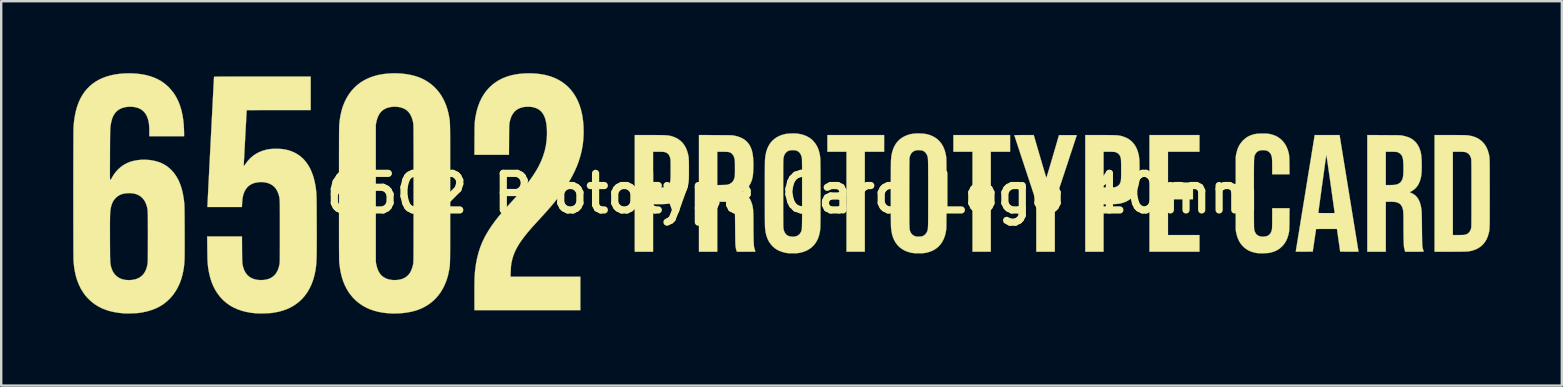
<source format=kicad_pcb>
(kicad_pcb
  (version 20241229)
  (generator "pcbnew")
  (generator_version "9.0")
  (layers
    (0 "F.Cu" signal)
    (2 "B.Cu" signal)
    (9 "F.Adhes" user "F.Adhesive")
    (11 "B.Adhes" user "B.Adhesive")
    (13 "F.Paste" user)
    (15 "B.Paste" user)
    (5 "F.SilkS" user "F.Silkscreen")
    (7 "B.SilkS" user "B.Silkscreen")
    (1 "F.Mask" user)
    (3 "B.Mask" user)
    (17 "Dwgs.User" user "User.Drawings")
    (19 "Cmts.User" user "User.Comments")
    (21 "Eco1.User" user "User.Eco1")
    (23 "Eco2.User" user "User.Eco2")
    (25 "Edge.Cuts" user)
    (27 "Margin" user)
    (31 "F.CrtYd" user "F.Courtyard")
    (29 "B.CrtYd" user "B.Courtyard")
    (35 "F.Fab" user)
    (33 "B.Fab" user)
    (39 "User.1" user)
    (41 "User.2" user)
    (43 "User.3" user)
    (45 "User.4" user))
  (footprint "6502 Prototype Card Logo 10mm"
    (layer "F.Cu")
    (at 30.003 5.008)
    (property "Reference" "6502 Prototype Card Logo 10mm" (at 0 0 0) (layer "F.SilkS") (effects (font (size 1.524 1.524) (thickness 0.3))))
    (attr through_hole)
    (fp_poly (pts (xy 3.785 -1.736) (xy 2.98 -1.736) (xy 2.98 2.43) (xy 2.218 2.43) (xy 2.218 -1.736) (xy 1.422 -1.736) (xy 1.422 -2.43) (xy 3.785 -2.43) (xy 3.785 -1.736)) (stroke (width 0.01) (type solid)) (fill yes) (layer "F.SilkS"))
    (fp_poly (pts (xy 9.034 -1.736) (xy 8.23 -1.736) (xy 8.23 2.43) (xy 7.468 2.43) (xy 7.468 -1.736) (xy 6.672 -1.736) (xy 6.672 -2.43) (xy 9.034 -2.43) (xy 9.034 -1.736)) (stroke (width 0.01) (type solid)) (fill yes) (layer "F.SilkS"))
    (fp_poly (pts (xy 16.925 -1.736) (xy 15.613 -1.736) (xy 15.613 -0.449) (xy 16.654 -0.449) (xy 16.654 0.246) (xy 15.613 0.246) (xy 15.613 1.736) (xy 16.925 1.736) (xy 16.925 2.43) (xy 14.842 2.43) (xy 14.842 -2.43) (xy 16.925 -2.43) (xy 16.925 -1.736)) (stroke (width 0.01) (type solid)) (fill yes) (layer "F.SilkS"))
    (fp_poly (pts (xy 10.02 -2.43) (xy 10.279 -1.54) (xy 10.314 -1.421) (xy 10.347 -1.307) (xy 10.379 -1.199) (xy 10.409 -1.097) (xy 10.437 -1.003) (xy 10.462 -0.918) (xy 10.485 -0.842) (xy 10.504 -0.778) (xy 10.521 -0.725) (xy 10.533 -0.686) (xy 10.541 -0.66) (xy 10.545 -0.65) (xy 10.546 -0.65) (xy 10.549 -0.657) (xy 10.557 -0.68) (xy 10.569 -0.718) (xy 10.584 -0.768) (xy 10.603 -0.83) (xy 10.626 -0.904) (xy 10.651 -0.987) (xy 10.678 -1.08) (xy 10.708 -1.18) (xy 10.74 -1.288) (xy 10.773 -1.401) (xy 10.808 -1.519) (xy 10.813 -1.537) (xy 11.072 -2.426) (xy 11.442 -2.428) (xy 11.534 -2.428) (xy 11.614 -2.428) (xy 11.682 -2.428) (xy 11.737 -2.427) (xy 11.777 -2.426) (xy 11.802 -2.424) (xy 11.811 -2.422) (xy 11.811 -2.422) (xy 11.808 -2.413) (xy 11.801 -2.389) (xy 11.788 -2.351) (xy 11.771 -2.299) (xy 11.75 -2.234) (xy 11.725 -2.157) (xy 11.696 -2.069) (xy 11.664 -1.971) (xy 11.629 -1.864) (xy 11.59 -1.747) (xy 11.549 -1.623) (xy 11.506 -1.492) (xy 11.461 -1.355) (xy 11.414 -1.213) (xy 11.365 -1.066) (xy 11.354 -1.031) (xy 10.897 0.352) (xy 10.897 2.43) (xy 10.126 2.43) (xy 10.126 1.391) (xy 10.126 0.351) (xy 9.669 -1.032) (xy 9.62 -1.18) (xy 9.573 -1.323) (xy 9.527 -1.462) (xy 9.483 -1.594) (xy 9.442 -1.72) (xy 9.403 -1.838) (xy 9.367 -1.948) (xy 9.334 -2.048) (xy 9.304 -2.138) (xy 9.278 -2.218) (xy 9.256 -2.285) (xy 9.238 -2.34) (xy 9.224 -2.382) (xy 9.216 -2.409) (xy 9.212 -2.422) (xy 9.212 -2.422) (xy 9.22 -2.424) (xy 9.244 -2.425) (xy 9.281 -2.427) (xy 9.331 -2.428) (xy 9.393 -2.429) (xy 9.463 -2.429) (xy 9.542 -2.43) (xy 9.616 -2.43) (xy 10.02 -2.43)) (stroke (width 0.01) (type solid)) (fill yes) (layer "F.SilkS"))
    (fp_poly (pts (xy 12.795 -2.43) (xy 12.927 -2.43) (xy 13.043 -2.429) (xy 13.145 -2.429) (xy 13.233 -2.428) (xy 13.311 -2.427) (xy 13.378 -2.425) (xy 13.436 -2.423) (xy 13.486 -2.42) (xy 13.53 -2.416) (xy 13.569 -2.411) (xy 13.605 -2.405) (xy 13.638 -2.398) (xy 13.67 -2.391) (xy 13.702 -2.381) (xy 13.737 -2.371) (xy 13.754 -2.365) (xy 13.872 -2.32) (xy 13.979 -2.261) (xy 14.075 -2.189) (xy 14.159 -2.105) (xy 14.233 -2.009) (xy 14.295 -1.9) (xy 14.345 -1.779) (xy 14.381 -1.656) (xy 14.392 -1.608) (xy 14.401 -1.562) (xy 14.408 -1.514) (xy 14.414 -1.463) (xy 14.419 -1.406) (xy 14.422 -1.342) (xy 14.425 -1.269) (xy 14.426 -1.184) (xy 14.427 -1.087) (xy 14.427 -0.991) (xy 14.427 -0.88) (xy 14.426 -0.784) (xy 14.424 -0.701) (xy 14.422 -0.63) (xy 14.418 -0.567) (xy 14.413 -0.511) (xy 14.407 -0.46) (xy 14.4 -0.413) (xy 14.39 -0.366) (xy 14.381 -0.326) (xy 14.342 -0.193) (xy 14.291 -0.073) (xy 14.228 0.035) (xy 14.154 0.13) (xy 14.069 0.214) (xy 13.972 0.284) (xy 13.864 0.343) (xy 13.745 0.388) (xy 13.681 0.406) (xy 13.628 0.418) (xy 13.575 0.428) (xy 13.519 0.435) (xy 13.459 0.441) (xy 13.391 0.445) (xy 13.312 0.447) (xy 13.22 0.448) (xy 13.176 0.449) (xy 12.929 0.449) (xy 12.929 2.43) (xy 12.167 2.43) (xy 12.167 -1.736) (xy 12.929 -1.736) (xy 12.929 -0.246) (xy 13.147 -0.246) (xy 13.226 -0.246) (xy 13.289 -0.247) (xy 13.339 -0.249) (xy 13.376 -0.252) (xy 13.401 -0.256) (xy 13.407 -0.257) (xy 13.476 -0.283) (xy 13.535 -0.319) (xy 13.582 -0.364) (xy 13.615 -0.418) (xy 13.615 -0.419) (xy 13.625 -0.442) (xy 13.633 -0.464) (xy 13.64 -0.486) (xy 13.646 -0.509) (xy 13.651 -0.537) (xy 13.654 -0.569) (xy 13.657 -0.608) (xy 13.659 -0.656) (xy 13.66 -0.714) (xy 13.661 -0.783) (xy 13.661 -0.865) (xy 13.661 -0.963) (xy 13.661 -0.991) (xy 13.661 -1.092) (xy 13.661 -1.178) (xy 13.66 -1.251) (xy 13.659 -1.311) (xy 13.657 -1.361) (xy 13.655 -1.403) (xy 13.652 -1.437) (xy 13.647 -1.465) (xy 13.642 -1.49) (xy 13.635 -1.512) (xy 13.627 -1.534) (xy 13.618 -1.556) (xy 13.615 -1.562) (xy 13.583 -1.615) (xy 13.538 -1.66) (xy 13.482 -1.696) (xy 13.417 -1.721) (xy 13.396 -1.726) (xy 13.373 -1.729) (xy 13.335 -1.732) (xy 13.286 -1.734) (xy 13.227 -1.735) (xy 13.16 -1.736) (xy 13.14 -1.736) (xy 12.929 -1.736) (xy 12.167 -1.736) (xy 12.167 -2.43) (xy 12.795 -2.43)) (stroke (width 0.01) (type solid)) (fill yes) (layer "F.SilkS"))
    (fp_poly (pts (xy -5.975 -2.43) (xy -5.844 -2.43) (xy -5.728 -2.429) (xy -5.626 -2.429) (xy -5.537 -2.428) (xy -5.46 -2.427) (xy -5.393 -2.425) (xy -5.335 -2.423) (xy -5.285 -2.42) (xy -5.241 -2.416) (xy -5.202 -2.411) (xy -5.166 -2.405) (xy -5.133 -2.399) (xy -5.101 -2.391) (xy -5.068 -2.382) (xy -5.034 -2.371) (xy -5.016 -2.366) (xy -4.899 -2.32) (xy -4.793 -2.261) (xy -4.697 -2.19) (xy -4.612 -2.106) (xy -4.539 -2.009) (xy -4.477 -1.9) (xy -4.427 -1.779) (xy -4.399 -1.689) (xy -4.388 -1.648) (xy -4.379 -1.609) (xy -4.371 -1.571) (xy -4.365 -1.533) (xy -4.359 -1.492) (xy -4.356 -1.446) (xy -4.353 -1.394) (xy -4.35 -1.334) (xy -4.349 -1.264) (xy -4.348 -1.182) (xy -4.348 -1.087) (xy -4.348 -0.995) (xy -4.348 -0.892) (xy -4.348 -0.803) (xy -4.349 -0.728) (xy -4.35 -0.665) (xy -4.351 -0.61) (xy -4.354 -0.564) (xy -4.357 -0.523) (xy -4.361 -0.485) (xy -4.365 -0.45) (xy -4.371 -0.415) (xy -4.378 -0.378) (xy -4.383 -0.356) (xy -4.416 -0.228) (xy -4.463 -0.109) (xy -4.521 0.000074) (xy -4.591 0.099) (xy -4.672 0.185) (xy -4.762 0.26) (xy -4.862 0.32) (xy -4.878 0.328) (xy -4.943 0.358) (xy -5.007 0.382) (xy -5.073 0.403) (xy -5.143 0.419) (xy -5.218 0.431) (xy -5.302 0.439) (xy -5.397 0.445) (xy -5.504 0.448) (xy -5.594 0.449) (xy -5.842 0.449) (xy -5.842 2.43) (xy -6.604 2.43) (xy -6.604 -1.736) (xy -5.842 -1.736) (xy -5.842 -0.246) (xy -5.624 -0.246) (xy -5.545 -0.246) (xy -5.481 -0.247) (xy -5.432 -0.249) (xy -5.395 -0.252) (xy -5.37 -0.256) (xy -5.364 -0.257) (xy -5.293 -0.283) (xy -5.234 -0.32) (xy -5.187 -0.367) (xy -5.155 -0.422) (xy -5.145 -0.445) (xy -5.137 -0.468) (xy -5.13 -0.491) (xy -5.124 -0.516) (xy -5.12 -0.545) (xy -5.116 -0.579) (xy -5.114 -0.621) (xy -5.112 -0.672) (xy -5.111 -0.733) (xy -5.11 -0.806) (xy -5.11 -0.893) (xy -5.11 -0.986) (xy -5.11 -1.082) (xy -5.11 -1.163) (xy -5.11 -1.23) (xy -5.111 -1.285) (xy -5.112 -1.329) (xy -5.113 -1.365) (xy -5.115 -1.394) (xy -5.117 -1.418) (xy -5.12 -1.437) (xy -5.123 -1.455) (xy -5.124 -1.459) (xy -5.147 -1.535) (xy -5.177 -1.597) (xy -5.216 -1.646) (xy -5.266 -1.684) (xy -5.329 -1.712) (xy -5.365 -1.723) (xy -5.386 -1.727) (xy -5.414 -1.731) (xy -5.451 -1.733) (xy -5.498 -1.735) (xy -5.558 -1.735) (xy -5.628 -1.736) (xy -5.842 -1.736) (xy -6.604 -1.736) (xy -6.604 -2.43) (xy -5.975 -2.43)) (stroke (width 0.01) (type solid)) (fill yes) (layer "F.SilkS"))
    (fp_poly (pts (xy 27.371 -2.43) (xy 27.498 -2.43) (xy 27.611 -2.429) (xy 27.708 -2.429) (xy 27.792 -2.429) (xy 27.864 -2.428) (xy 27.925 -2.427) (xy 27.976 -2.426) (xy 28.018 -2.424) (xy 28.053 -2.423) (xy 28.081 -2.421) (xy 28.104 -2.418) (xy 28.113 -2.417) (xy 28.246 -2.394) (xy 28.366 -2.361) (xy 28.475 -2.317) (xy 28.573 -2.263) (xy 28.663 -2.197) (xy 28.742 -2.121) (xy 28.818 -2.028) (xy 28.881 -1.923) (xy 28.933 -1.806) (xy 28.973 -1.677) (xy 28.976 -1.667) (xy 28.982 -1.645) (xy 28.987 -1.624) (xy 28.991 -1.605) (xy 28.995 -1.586) (xy 28.999 -1.566) (xy 29.002 -1.544) (xy 29.005 -1.52) (xy 29.007 -1.493) (xy 29.01 -1.461) (xy 29.012 -1.425) (xy 29.013 -1.383) (xy 29.015 -1.335) (xy 29.016 -1.279) (xy 29.017 -1.215) (xy 29.018 -1.142) (xy 29.018 -1.06) (xy 29.019 -0.967) (xy 29.019 -0.862) (xy 29.019 -0.745) (xy 29.019 -0.615) (xy 29.019 -0.472) (xy 29.02 -0.313) (xy 29.02 -0.139) (xy 29.02 0) (xy 29.02 0.186) (xy 29.02 0.356) (xy 29.019 0.51) (xy 29.019 0.65) (xy 29.019 0.777) (xy 29.019 0.89) (xy 29.019 0.992) (xy 29.018 1.082) (xy 29.018 1.162) (xy 29.017 1.233) (xy 29.016 1.294) (xy 29.014 1.348) (xy 29.013 1.395) (xy 29.011 1.435) (xy 29.009 1.47) (xy 29.007 1.5) (xy 29.004 1.526) (xy 29.001 1.55) (xy 28.998 1.571) (xy 28.994 1.591) (xy 28.99 1.61) (xy 28.985 1.63) (xy 28.98 1.65) (xy 28.976 1.667) (xy 28.937 1.797) (xy 28.885 1.916) (xy 28.822 2.023) (xy 28.746 2.117) (xy 28.66 2.2) (xy 28.561 2.27) (xy 28.452 2.327) (xy 28.332 2.372) (xy 28.278 2.387) (xy 28.247 2.394) (xy 28.217 2.401) (xy 28.188 2.407) (xy 28.158 2.412) (xy 28.125 2.416) (xy 28.089 2.419) (xy 28.047 2.422) (xy 27.999 2.424) (xy 27.944 2.426) (xy 27.879 2.427) (xy 27.804 2.428) (xy 27.717 2.429) (xy 27.618 2.429) (xy 27.504 2.43) (xy 27.375 2.43) (xy 27.371 2.43) (xy 26.721 2.43) (xy 26.721 -1.736) (xy 27.483 -1.736) (xy 27.483 1.736) (xy 27.708 1.736) (xy 27.783 1.735) (xy 27.844 1.735) (xy 27.893 1.733) (xy 27.931 1.731) (xy 27.961 1.728) (xy 27.986 1.723) (xy 27.991 1.722) (xy 28.062 1.699) (xy 28.122 1.662) (xy 28.171 1.612) (xy 28.21 1.549) (xy 28.239 1.472) (xy 28.243 1.459) (xy 28.245 1.45) (xy 28.246 1.441) (xy 28.248 1.429) (xy 28.249 1.414) (xy 28.251 1.395) (xy 28.252 1.372) (xy 28.253 1.343) (xy 28.254 1.308) (xy 28.254 1.266) (xy 28.255 1.216) (xy 28.256 1.158) (xy 28.256 1.09) (xy 28.256 1.012) (xy 28.257 0.924) (xy 28.257 0.823) (xy 28.257 0.711) (xy 28.257 0.584) (xy 28.257 0.444) (xy 28.257 0.289) (xy 28.257 0.119) (xy 28.258 0) (xy 28.257 -0.181) (xy 28.257 -0.346) (xy 28.257 -0.496) (xy 28.257 -0.631) (xy 28.257 -0.752) (xy 28.257 -0.861) (xy 28.257 -0.957) (xy 28.256 -1.041) (xy 28.256 -1.115) (xy 28.255 -1.18) (xy 28.255 -1.235) (xy 28.254 -1.282) (xy 28.253 -1.321) (xy 28.252 -1.354) (xy 28.251 -1.38) (xy 28.25 -1.402) (xy 28.249 -1.419) (xy 28.247 -1.433) (xy 28.246 -1.444) (xy 28.244 -1.453) (xy 28.243 -1.459) (xy 28.219 -1.531) (xy 28.188 -1.59) (xy 28.148 -1.638) (xy 28.098 -1.677) (xy 28.072 -1.693) (xy 28.045 -1.706) (xy 28.017 -1.716) (xy 27.983 -1.724) (xy 27.944 -1.729) (xy 27.895 -1.733) (xy 27.835 -1.735) (xy 27.762 -1.736) (xy 27.708 -1.736) (xy 27.483 -1.736) (xy 26.721 -1.736) (xy 26.721 -2.43) (xy 27.371 -2.43)) (stroke (width 0.01) (type solid)) (fill yes) (layer "F.SilkS"))
    (fp_poly (pts (xy 22.245 -2.43) (xy 22.763 -2.43) (xy 23.155 -0.015) (xy 23.187 0.185) (xy 23.219 0.381) (xy 23.25 0.572) (xy 23.28 0.757) (xy 23.31 0.936) (xy 23.338 1.108) (xy 23.364 1.272) (xy 23.39 1.428) (xy 23.414 1.575) (xy 23.436 1.713) (xy 23.457 1.84) (xy 23.476 1.956) (xy 23.493 2.061) (xy 23.508 2.154) (xy 23.521 2.233) (xy 23.532 2.3) (xy 23.541 2.351) (xy 23.547 2.388) (xy 23.55 2.41) (xy 23.551 2.415) (xy 23.552 2.419) (xy 23.549 2.422) (xy 23.543 2.424) (xy 23.531 2.426) (xy 23.512 2.427) (xy 23.484 2.428) (xy 23.447 2.429) (xy 23.399 2.429) (xy 23.338 2.429) (xy 23.263 2.428) (xy 23.173 2.428) (xy 23.172 2.428) (xy 22.789 2.426) (xy 22.721 1.954) (xy 22.654 1.482) (xy 22.219 1.482) (xy 22.135 1.482) (xy 22.057 1.482) (xy 21.985 1.482) (xy 21.922 1.482) (xy 21.868 1.483) (xy 21.827 1.483) (xy 21.798 1.483) (xy 21.785 1.484) (xy 21.784 1.484) (xy 21.783 1.492) (xy 21.779 1.516) (xy 21.774 1.554) (xy 21.766 1.603) (xy 21.757 1.664) (xy 21.747 1.734) (xy 21.736 1.811) (xy 21.723 1.895) (xy 21.714 1.956) (xy 21.645 2.426) (xy 21.292 2.428) (xy 21.216 2.428) (xy 21.146 2.428) (xy 21.083 2.428) (xy 21.03 2.427) (xy 20.987 2.427) (xy 20.956 2.426) (xy 20.94 2.424) (xy 20.938 2.424) (xy 20.939 2.415) (xy 20.943 2.39) (xy 20.95 2.351) (xy 20.958 2.297) (xy 20.969 2.229) (xy 20.982 2.149) (xy 20.997 2.057) (xy 21.014 1.954) (xy 21.032 1.841) (xy 21.052 1.718) (xy 21.074 1.586) (xy 21.096 1.447) (xy 21.12 1.3) (xy 21.145 1.148) (xy 21.17 0.989) (xy 21.197 0.827) (xy 21.201 0.804) (xy 21.878 0.804) (xy 21.878 0.808) (xy 21.88 0.812) (xy 21.885 0.814) (xy 21.895 0.817) (xy 21.91 0.818) (xy 21.934 0.82) (xy 21.967 0.82) (xy 22.01 0.821) (xy 22.066 0.821) (xy 22.136 0.821) (xy 22.219 0.821) (xy 22.56 0.821) (xy 22.517 0.51) (xy 22.482 0.267) (xy 22.45 0.04) (xy 22.421 -0.17) (xy 22.393 -0.365) (xy 22.368 -0.544) (xy 22.345 -0.707) (xy 22.323 -0.856) (xy 22.304 -0.99) (xy 22.287 -1.109) (xy 22.272 -1.215) (xy 22.258 -1.306) (xy 22.247 -1.384) (xy 22.237 -1.449) (xy 22.229 -1.5) (xy 22.223 -1.539) (xy 22.219 -1.566) (xy 22.216 -1.58) (xy 22.215 -1.583) (xy 22.208 -1.576) (xy 22.204 -1.564) (xy 22.202 -1.553) (xy 22.198 -1.526) (xy 22.192 -1.484) (xy 22.185 -1.43) (xy 22.175 -1.363) (xy 22.165 -1.286) (xy 22.152 -1.199) (xy 22.139 -1.103) (xy 22.125 -1.001) (xy 22.11 -0.892) (xy 22.094 -0.777) (xy 22.078 -0.659) (xy 22.061 -0.539) (xy 22.044 -0.417) (xy 22.027 -0.294) (xy 22.01 -0.173) (xy 21.994 -0.053) (xy 21.978 0.064) (xy 21.963 0.176) (xy 21.948 0.282) (xy 21.934 0.382) (xy 21.922 0.475) (xy 21.91 0.558) (xy 21.901 0.631) (xy 21.892 0.693) (xy 21.886 0.742) (xy 21.881 0.778) (xy 21.878 0.798) (xy 21.878 0.804) (xy 21.201 0.804) (xy 21.224 0.66) (xy 21.252 0.49) (xy 21.28 0.318) (xy 21.308 0.145) (xy 21.336 -0.029) (xy 21.364 -0.203) (xy 21.392 -0.376) (xy 21.42 -0.547) (xy 21.447 -0.715) (xy 21.474 -0.88) (xy 21.5 -1.041) (xy 21.526 -1.197) (xy 21.55 -1.347) (xy 21.574 -1.49) (xy 21.596 -1.626) (xy 21.616 -1.754) (xy 21.636 -1.872) (xy 21.654 -1.981) (xy 21.67 -2.079) (xy 21.684 -2.166) (xy 21.696 -2.241) (xy 21.706 -2.302) (xy 21.714 -2.35) (xy 21.719 -2.383) (xy 21.722 -2.4) (xy 21.722 -2.402) (xy 21.727 -2.43) (xy 22.245 -2.43)) (stroke (width 0.01) (type solid)) (fill yes) (layer "F.SilkS"))
    (fp_poly (pts (xy 19.638 -2.493) (xy 19.704 -2.491) (xy 19.76 -2.487) (xy 19.811 -2.482) (xy 19.858 -2.473) (xy 19.907 -2.462) (xy 19.961 -2.447) (xy 19.98 -2.441) (xy 20.096 -2.398) (xy 20.204 -2.34) (xy 20.302 -2.268) (xy 20.39 -2.184) (xy 20.468 -2.088) (xy 20.533 -1.981) (xy 20.587 -1.864) (xy 20.62 -1.764) (xy 20.631 -1.722) (xy 20.641 -1.685) (xy 20.649 -1.65) (xy 20.655 -1.615) (xy 20.66 -1.578) (xy 20.664 -1.537) (xy 20.667 -1.49) (xy 20.669 -1.435) (xy 20.671 -1.37) (xy 20.672 -1.293) (xy 20.673 -1.202) (xy 20.673 -1.166) (xy 20.677 -0.796) (xy 19.956 -0.796) (xy 19.956 -1.111) (xy 19.955 -1.205) (xy 19.955 -1.284) (xy 19.953 -1.35) (xy 19.951 -1.404) (xy 19.948 -1.45) (xy 19.944 -1.488) (xy 19.938 -1.521) (xy 19.931 -1.55) (xy 19.922 -1.578) (xy 19.914 -1.602) (xy 19.892 -1.645) (xy 19.86 -1.69) (xy 19.822 -1.729) (xy 19.79 -1.753) (xy 19.732 -1.78) (xy 19.663 -1.797) (xy 19.583 -1.803) (xy 19.574 -1.803) (xy 19.489 -1.797) (xy 19.415 -1.78) (xy 19.353 -1.749) (xy 19.301 -1.706) (xy 19.26 -1.651) (xy 19.243 -1.618) (xy 19.237 -1.605) (xy 19.231 -1.593) (xy 19.226 -1.581) (xy 19.222 -1.569) (xy 19.217 -1.555) (xy 19.214 -1.54) (xy 19.211 -1.521) (xy 19.208 -1.499) (xy 19.205 -1.472) (xy 19.203 -1.44) (xy 19.201 -1.403) (xy 19.199 -1.358) (xy 19.198 -1.306) (xy 19.197 -1.246) (xy 19.196 -1.176) (xy 19.195 -1.097) (xy 19.195 -1.007) (xy 19.194 -0.906) (xy 19.194 -0.792) (xy 19.194 -0.666) (xy 19.194 -0.526) (xy 19.194 -0.371) (xy 19.194 -0.201) (xy 19.194 -0.015) (xy 19.194 0.004) (xy 19.194 0.19) (xy 19.194 0.36) (xy 19.194 0.514) (xy 19.194 0.653) (xy 19.194 0.779) (xy 19.195 0.891) (xy 19.195 0.991) (xy 19.195 1.079) (xy 19.196 1.157) (xy 19.196 1.224) (xy 19.197 1.283) (xy 19.198 1.332) (xy 19.198 1.374) (xy 19.199 1.409) (xy 19.2 1.437) (xy 19.202 1.46) (xy 19.203 1.478) (xy 19.204 1.493) (xy 19.206 1.504) (xy 19.207 1.509) (xy 19.23 1.59) (xy 19.263 1.658) (xy 19.306 1.713) (xy 19.36 1.754) (xy 19.425 1.783) (xy 19.501 1.799) (xy 19.575 1.803) (xy 19.661 1.797) (xy 19.736 1.779) (xy 19.799 1.748) (xy 19.851 1.704) (xy 19.893 1.648) (xy 19.924 1.578) (xy 19.944 1.499) (xy 19.947 1.478) (xy 19.949 1.449) (xy 19.951 1.411) (xy 19.953 1.362) (xy 19.954 1.302) (xy 19.955 1.229) (xy 19.955 1.142) (xy 19.956 1.039) (xy 19.956 1.027) (xy 19.956 0.618) (xy 20.677 0.618) (xy 20.673 1.077) (xy 20.673 1.181) (xy 20.672 1.269) (xy 20.671 1.343) (xy 20.67 1.404) (xy 20.668 1.455) (xy 20.667 1.497) (xy 20.665 1.531) (xy 20.663 1.559) (xy 20.66 1.582) (xy 20.657 1.603) (xy 20.655 1.613) (xy 20.625 1.744) (xy 20.587 1.862) (xy 20.541 1.968) (xy 20.485 2.064) (xy 20.419 2.151) (xy 20.389 2.186) (xy 20.306 2.265) (xy 20.217 2.332) (xy 20.119 2.387) (xy 20.011 2.431) (xy 19.89 2.466) (xy 19.854 2.474) (xy 19.809 2.481) (xy 19.75 2.487) (xy 19.682 2.491) (xy 19.61 2.494) (xy 19.535 2.495) (xy 19.463 2.495) (xy 19.398 2.492) (xy 19.343 2.488) (xy 19.317 2.485) (xy 19.19 2.459) (xy 19.077 2.425) (xy 18.974 2.38) (xy 18.88 2.325) (xy 18.794 2.259) (xy 18.722 2.189) (xy 18.647 2.1) (xy 18.583 2) (xy 18.531 1.889) (xy 18.488 1.766) (xy 18.456 1.63) (xy 18.455 1.628) (xy 18.436 1.528) (xy 18.436 -1.528) (xy 18.455 -1.628) (xy 18.486 -1.758) (xy 18.524 -1.875) (xy 18.572 -1.98) (xy 18.631 -2.076) (xy 18.7 -2.164) (xy 18.744 -2.21) (xy 18.823 -2.282) (xy 18.902 -2.34) (xy 18.986 -2.387) (xy 19.081 -2.426) (xy 19.115 -2.437) (xy 19.172 -2.455) (xy 19.226 -2.469) (xy 19.28 -2.479) (xy 19.337 -2.486) (xy 19.4 -2.49) (xy 19.474 -2.493) (xy 19.558 -2.493) (xy 19.638 -2.493)) (stroke (width 0.01) (type solid)) (fill yes) (layer "F.SilkS"))
    (fp_poly (pts (xy -3.241 -2.428) (xy -3.116 -2.427) (xy -3.007 -2.426) (xy -2.913 -2.426) (xy -2.832 -2.425) (xy -2.763 -2.424) (xy -2.704 -2.424) (xy -2.655 -2.423) (xy -2.615 -2.422) (xy -2.581 -2.42) (xy -2.553 -2.419) (xy -2.53 -2.417) (xy -2.51 -2.415) (xy -2.491 -2.412) (xy -2.474 -2.409) (xy -2.459 -2.406) (xy -2.325 -2.375) (xy -2.206 -2.333) (xy -2.099 -2.281) (xy -2.005 -2.218) (xy -1.923 -2.143) (xy -1.853 -2.058) (xy -1.794 -1.961) (xy -1.747 -1.852) (xy -1.74 -1.833) (xy -1.712 -1.738) (xy -1.691 -1.627) (xy -1.675 -1.503) (xy -1.665 -1.365) (xy -1.66 -1.216) (xy -1.662 -1.057) (xy -1.666 -0.964) (xy -1.671 -0.87) (xy -1.678 -0.79) (xy -1.687 -0.72) (xy -1.698 -0.657) (xy -1.712 -0.598) (xy -1.73 -0.54) (xy -1.74 -0.511) (xy -1.786 -0.405) (xy -1.844 -0.309) (xy -1.913 -0.225) (xy -1.992 -0.153) (xy -2.081 -0.095) (xy -2.11 -0.079) (xy -2.135 -0.066) (xy -2.152 -0.055) (xy -2.157 -0.049) (xy -2.149 -0.042) (xy -2.128 -0.032) (xy -2.1 -0.018) (xy -2.091 -0.014) (xy -2.004 0.031) (xy -1.928 0.086) (xy -1.864 0.152) (xy -1.809 0.23) (xy -1.763 0.322) (xy -1.736 0.394) (xy -1.721 0.438) (xy -1.709 0.481) (xy -1.698 0.524) (xy -1.689 0.569) (xy -1.682 0.618) (xy -1.675 0.671) (xy -1.67 0.731) (xy -1.667 0.799) (xy -1.664 0.876) (xy -1.662 0.965) (xy -1.66 1.065) (xy -1.66 1.18) (xy -1.659 1.308) (xy -1.659 1.473) (xy -1.658 1.622) (xy -1.656 1.754) (xy -1.654 1.871) (xy -1.651 1.972) (xy -1.648 2.058) (xy -1.643 2.13) (xy -1.639 2.187) (xy -1.633 2.231) (xy -1.631 2.244) (xy -1.608 2.334) (xy -1.579 2.415) (xy -1.578 2.419) (xy -1.58 2.421) (xy -1.587 2.424) (xy -1.599 2.426) (xy -1.617 2.427) (xy -1.645 2.428) (xy -1.681 2.429) (xy -1.73 2.429) (xy -1.79 2.43) (xy -1.865 2.43) (xy -1.955 2.43) (xy -2.351 2.43) (xy -2.371 2.365) (xy -2.378 2.34) (xy -2.384 2.316) (xy -2.39 2.292) (xy -2.395 2.268) (xy -2.399 2.241) (xy -2.403 2.211) (xy -2.406 2.176) (xy -2.409 2.135) (xy -2.411 2.088) (xy -2.413 2.031) (xy -2.415 1.966) (xy -2.416 1.889) (xy -2.417 1.801) (xy -2.419 1.699) (xy -2.42 1.583) (xy -2.421 1.451) (xy -2.421 1.448) (xy -2.422 1.318) (xy -2.424 1.203) (xy -2.425 1.103) (xy -2.426 1.017) (xy -2.427 0.942) (xy -2.429 0.879) (xy -2.43 0.825) (xy -2.433 0.78) (xy -2.435 0.742) (xy -2.438 0.711) (xy -2.442 0.684) (xy -2.446 0.662) (xy -2.451 0.642) (xy -2.457 0.623) (xy -2.464 0.605) (xy -2.471 0.586) (xy -2.476 0.575) (xy -2.51 0.508) (xy -2.556 0.454) (xy -2.613 0.411) (xy -2.682 0.38) (xy -2.763 0.359) (xy -2.783 0.356) (xy -2.81 0.353) (xy -2.85 0.351) (xy -2.9 0.349) (xy -2.954 0.348) (xy -3.004 0.347) (xy -3.167 0.347) (xy -3.167 2.43) (xy -3.929 2.43) (xy -3.929 -0.345) (xy -3.167 -0.345) (xy -2.965 -0.35) (xy -2.889 -0.352) (xy -2.828 -0.354) (xy -2.781 -0.358) (xy -2.746 -0.362) (xy -2.721 -0.366) (xy -2.719 -0.367) (xy -2.642 -0.396) (xy -2.578 -0.436) (xy -2.526 -0.488) (xy -2.486 -0.551) (xy -2.456 -0.628) (xy -2.443 -0.679) (xy -2.439 -0.701) (xy -2.436 -0.726) (xy -2.434 -0.758) (xy -2.432 -0.798) (xy -2.431 -0.848) (xy -2.43 -0.909) (xy -2.43 -0.984) (xy -2.43 -1.052) (xy -2.43 -1.135) (xy -2.431 -1.203) (xy -2.431 -1.259) (xy -2.432 -1.304) (xy -2.434 -1.341) (xy -2.436 -1.37) (xy -2.439 -1.396) (xy -2.443 -1.419) (xy -2.446 -1.435) (xy -2.468 -1.516) (xy -2.499 -1.583) (xy -2.539 -1.636) (xy -2.551 -1.648) (xy -2.578 -1.672) (xy -2.605 -1.691) (xy -2.633 -1.705) (xy -2.665 -1.716) (xy -2.704 -1.725) (xy -2.751 -1.73) (xy -2.809 -1.733) (xy -2.879 -1.735) (xy -2.957 -1.736) (xy -3.167 -1.736) (xy -3.167 -0.345) (xy -3.929 -0.345) (xy -3.929 -2.431) (xy -3.241 -2.428)) (stroke (width 0.01) (type solid)) (fill yes) (layer "F.SilkS"))
    (fp_poly (pts (xy 24.606 -2.428) (xy 24.731 -2.427) (xy 24.84 -2.426) (xy 24.934 -2.426) (xy 25.015 -2.425) (xy 25.084 -2.424) (xy 25.143 -2.424) (xy 25.192 -2.423) (xy 25.232 -2.422) (xy 25.266 -2.42) (xy 25.294 -2.419) (xy 25.317 -2.417) (xy 25.337 -2.415) (xy 25.355 -2.412) (xy 25.373 -2.409) (xy 25.387 -2.406) (xy 25.451 -2.392) (xy 25.519 -2.374) (xy 25.585 -2.354) (xy 25.645 -2.333) (xy 25.695 -2.312) (xy 25.706 -2.307) (xy 25.805 -2.247) (xy 25.893 -2.175) (xy 25.97 -2.091) (xy 26.035 -1.994) (xy 26.089 -1.885) (xy 26.131 -1.764) (xy 26.14 -1.731) (xy 26.152 -1.677) (xy 26.162 -1.62) (xy 26.17 -1.557) (xy 26.176 -1.486) (xy 26.181 -1.404) (xy 26.184 -1.309) (xy 26.185 -1.27) (xy 26.186 -1.141) (xy 26.185 -1.022) (xy 26.181 -0.913) (xy 26.174 -0.817) (xy 26.165 -0.735) (xy 26.154 -0.671) (xy 26.12 -0.545) (xy 26.077 -0.433) (xy 26.022 -0.333) (xy 25.957 -0.246) (xy 25.881 -0.172) (xy 25.794 -0.11) (xy 25.744 -0.083) (xy 25.711 -0.066) (xy 25.693 -0.054) (xy 25.69 -0.045) (xy 25.699 -0.038) (xy 25.707 -0.036) (xy 25.742 -0.023) (xy 25.785 -0.002) (xy 25.832 0.025) (xy 25.877 0.054) (xy 25.916 0.084) (xy 25.929 0.095) (xy 25.989 0.158) (xy 26.04 0.23) (xy 26.082 0.313) (xy 26.118 0.409) (xy 26.141 0.494) (xy 26.149 0.528) (xy 26.156 0.561) (xy 26.162 0.593) (xy 26.168 0.626) (xy 26.173 0.661) (xy 26.177 0.699) (xy 26.18 0.742) (xy 26.183 0.79) (xy 26.186 0.846) (xy 26.188 0.91) (xy 26.189 0.984) (xy 26.191 1.069) (xy 26.193 1.167) (xy 26.194 1.278) (xy 26.195 1.404) (xy 26.196 1.486) (xy 26.197 1.615) (xy 26.198 1.728) (xy 26.2 1.826) (xy 26.201 1.912) (xy 26.202 1.985) (xy 26.204 2.047) (xy 26.205 2.1) (xy 26.207 2.145) (xy 26.21 2.182) (xy 26.213 2.214) (xy 26.216 2.24) (xy 26.22 2.264) (xy 26.225 2.285) (xy 26.231 2.305) (xy 26.237 2.325) (xy 26.244 2.347) (xy 26.245 2.349) (xy 26.255 2.379) (xy 26.264 2.403) (xy 26.268 2.415) (xy 26.269 2.419) (xy 26.267 2.421) (xy 26.26 2.424) (xy 26.248 2.426) (xy 26.229 2.427) (xy 26.202 2.428) (xy 26.165 2.429) (xy 26.117 2.429) (xy 26.056 2.43) (xy 25.981 2.43) (xy 25.891 2.43) (xy 25.496 2.43) (xy 25.478 2.364) (xy 25.468 2.325) (xy 25.458 2.285) (xy 25.451 2.253) (xy 25.451 2.252) (xy 25.446 2.219) (xy 25.442 2.17) (xy 25.438 2.105) (xy 25.435 2.025) (xy 25.432 1.929) (xy 25.43 1.819) (xy 25.428 1.696) (xy 25.427 1.558) (xy 25.426 1.408) (xy 25.426 1.303) (xy 25.426 1.188) (xy 25.425 1.088) (xy 25.425 1.003) (xy 25.424 0.93) (xy 25.422 0.868) (xy 25.42 0.816) (xy 25.417 0.772) (xy 25.414 0.734) (xy 25.41 0.702) (xy 25.404 0.674) (xy 25.398 0.648) (xy 25.39 0.623) (xy 25.382 0.597) (xy 25.379 0.588) (xy 25.346 0.519) (xy 25.305 0.463) (xy 25.26 0.425) (xy 25.221 0.402) (xy 25.18 0.384) (xy 25.134 0.369) (xy 25.082 0.359) (xy 25.02 0.352) (xy 24.946 0.349) (xy 24.859 0.347) (xy 24.845 0.347) (xy 24.689 0.347) (xy 24.689 2.43) (xy 23.918 2.43) (xy 23.918 -1.736) (xy 24.689 -1.736) (xy 24.689 -0.347) (xy 24.839 -0.347) (xy 24.895 -0.348) (xy 24.95 -0.349) (xy 25.001 -0.351) (xy 25.042 -0.354) (xy 25.062 -0.356) (xy 25.147 -0.373) (xy 25.22 -0.403) (xy 25.281 -0.444) (xy 25.331 -0.497) (xy 25.369 -0.563) (xy 25.388 -0.612) (xy 25.401 -0.663) (xy 25.411 -0.723) (xy 25.418 -0.796) (xy 25.422 -0.882) (xy 25.424 -0.981) (xy 25.424 -1.096) (xy 25.423 -1.139) (xy 25.42 -1.229) (xy 25.417 -1.304) (xy 25.412 -1.366) (xy 25.406 -1.419) (xy 25.397 -1.463) (xy 25.387 -1.502) (xy 25.374 -1.536) (xy 25.366 -1.554) (xy 25.328 -1.615) (xy 25.278 -1.665) (xy 25.217 -1.702) (xy 25.148 -1.725) (xy 25.138 -1.727) (xy 25.117 -1.73) (xy 25.082 -1.732) (xy 25.035 -1.734) (xy 24.981 -1.735) (xy 24.923 -1.736) (xy 24.891 -1.736) (xy 24.689 -1.736) (xy 23.918 -1.736) (xy 23.918 -2.431) (xy 24.606 -2.428)) (stroke (width 0.01) (type solid)) (fill yes) (layer "F.SilkS"))
    (fp_poly (pts (xy -10.728 -4.992) (xy -10.542 -4.971) (xy -10.363 -4.94) (xy -10.327 -4.932) (xy -10.144 -4.883) (xy -9.971 -4.821) (xy -9.809 -4.746) (xy -9.657 -4.657) (xy -9.517 -4.556) (xy -9.387 -4.443) (xy -9.269 -4.317) (xy -9.162 -4.179) (xy -9.067 -4.028) (xy -8.983 -3.866) (xy -8.911 -3.692) (xy -8.851 -3.507) (xy -8.804 -3.31) (xy -8.784 -3.205) (xy -8.759 -3.021) (xy -8.742 -2.826) (xy -8.735 -2.627) (xy -8.738 -2.426) (xy -8.749 -2.229) (xy -8.77 -2.04) (xy -8.78 -1.978) (xy -8.82 -1.763) (xy -8.873 -1.552) (xy -8.938 -1.342) (xy -9.016 -1.134) (xy -9.107 -0.927) (xy -9.212 -0.718) (xy -9.331 -0.507) (xy -9.466 -0.293) (xy -9.615 -0.075) (xy -9.671 0.003) (xy -9.757 0.119) (xy -9.845 0.233) (xy -9.937 0.349) (xy -10.034 0.466) (xy -10.137 0.588) (xy -10.248 0.715) (xy -10.367 0.849) (xy -10.498 0.992) (xy -10.567 1.067) (xy -10.662 1.17) (xy -10.746 1.262) (xy -10.822 1.346) (xy -10.889 1.421) (xy -10.951 1.491) (xy -11.007 1.557) (xy -11.06 1.619) (xy -11.11 1.681) (xy -11.159 1.742) (xy -11.197 1.791) (xy -11.305 1.935) (xy -11.4 2.072) (xy -11.482 2.203) (xy -11.551 2.331) (xy -11.61 2.457) (xy -11.659 2.583) (xy -11.699 2.71) (xy -11.731 2.841) (xy -11.734 2.857) (xy -11.745 2.917) (xy -11.754 2.976) (xy -11.761 3.037) (xy -11.766 3.105) (xy -11.77 3.183) (xy -11.774 3.273) (xy -11.774 3.287) (xy -11.78 3.471) (xy -8.873 3.471) (xy -8.873 4.868) (xy -13.284 4.868) (xy -13.284 4.21) (xy -13.284 4.074) (xy -13.284 3.952) (xy -13.283 3.845) (xy -13.283 3.751) (xy -13.281 3.667) (xy -13.28 3.592) (xy -13.278 3.526) (xy -13.276 3.466) (xy -13.273 3.411) (xy -13.27 3.359) (xy -13.266 3.309) (xy -13.262 3.26) (xy -13.256 3.21) (xy -13.254 3.188) (xy -13.219 2.93) (xy -13.17 2.682) (xy -13.108 2.446) (xy -13.033 2.219) (xy -12.945 2.003) (xy -12.843 1.798) (xy -12.823 1.76) (xy -12.746 1.628) (xy -12.666 1.498) (xy -12.579 1.368) (xy -12.486 1.236) (xy -12.386 1.102) (xy -12.277 0.964) (xy -12.158 0.821) (xy -12.028 0.671) (xy -11.887 0.513) (xy -11.785 0.402) (xy -11.629 0.231) (xy -11.484 0.069) (xy -11.351 -0.083) (xy -11.23 -0.228) (xy -11.118 -0.366) (xy -11.016 -0.498) (xy -10.923 -0.625) (xy -10.838 -0.748) (xy -10.76 -0.868) (xy -10.689 -0.985) (xy -10.624 -1.101) (xy -10.595 -1.156) (xy -10.498 -1.361) (xy -10.418 -1.568) (xy -10.354 -1.779) (xy -10.307 -1.992) (xy -10.277 -2.209) (xy -10.263 -2.428) (xy -10.262 -2.502) (xy -10.265 -2.665) (xy -10.276 -2.814) (xy -10.295 -2.948) (xy -10.322 -3.068) (xy -10.357 -3.176) (xy -10.4 -3.27) (xy -10.452 -3.352) (xy -10.512 -3.422) (xy -10.582 -3.481) (xy -10.66 -3.528) (xy -10.719 -3.555) (xy -10.814 -3.585) (xy -10.916 -3.604) (xy -11.023 -3.612) (xy -11.131 -3.61) (xy -11.237 -3.597) (xy -11.337 -3.573) (xy -11.428 -3.539) (xy -11.456 -3.525) (xy -11.539 -3.474) (xy -11.611 -3.41) (xy -11.673 -3.335) (xy -11.726 -3.247) (xy -11.77 -3.145) (xy -11.804 -3.03) (xy -11.821 -2.951) (xy -11.825 -2.932) (xy -11.828 -2.914) (xy -11.83 -2.895) (xy -11.832 -2.873) (xy -11.834 -2.847) (xy -11.836 -2.816) (xy -11.837 -2.779) (xy -11.838 -2.734) (xy -11.839 -2.68) (xy -11.84 -2.615) (xy -11.84 -2.539) (xy -11.841 -2.45) (xy -11.842 -2.346) (xy -11.842 -2.233) (xy -11.846 -1.609) (xy -13.285 -1.609) (xy -13.282 -2.263) (xy -13.281 -2.389) (xy -13.28 -2.501) (xy -13.28 -2.598) (xy -13.279 -2.683) (xy -13.277 -2.757) (xy -13.276 -2.821) (xy -13.274 -2.877) (xy -13.272 -2.927) (xy -13.269 -2.971) (xy -13.265 -3.013) (xy -13.261 -3.051) (xy -13.256 -3.09) (xy -13.25 -3.129) (xy -13.243 -3.17) (xy -13.235 -3.216) (xy -13.229 -3.247) (xy -13.186 -3.446) (xy -13.13 -3.633) (xy -13.063 -3.81) (xy -12.983 -3.976) (xy -12.891 -4.13) (xy -12.788 -4.272) (xy -12.673 -4.402) (xy -12.547 -4.52) (xy -12.41 -4.625) (xy -12.262 -4.718) (xy -12.104 -4.798) (xy -11.935 -4.864) (xy -11.83 -4.897) (xy -11.663 -4.939) (xy -11.485 -4.97) (xy -11.3 -4.991) (xy -11.11 -5.001) (xy -10.918 -5.002) (xy -10.728 -4.992)) (stroke (width 0.01) (type solid)) (fill yes) (layer "F.SilkS"))
    (fp_poly (pts (xy 5.27 -2.496) (xy 5.362 -2.492) (xy 5.449 -2.485) (xy 5.526 -2.474) (xy 5.563 -2.467) (xy 5.694 -2.43) (xy 5.815 -2.38) (xy 5.924 -2.317) (xy 6.023 -2.241) (xy 6.11 -2.154) (xy 6.186 -2.054) (xy 6.25 -1.942) (xy 6.301 -1.819) (xy 6.341 -1.685) (xy 6.369 -1.539) (xy 6.375 -1.488) (xy 6.376 -1.469) (xy 6.377 -1.434) (xy 6.378 -1.384) (xy 6.379 -1.32) (xy 6.38 -1.244) (xy 6.381 -1.156) (xy 6.381 -1.059) (xy 6.382 -0.952) (xy 6.383 -0.837) (xy 6.383 -0.715) (xy 6.383 -0.587) (xy 6.384 -0.454) (xy 6.384 -0.318) (xy 6.384 -0.179) (xy 6.384 -0.039) (xy 6.384 0.101) (xy 6.384 0.241) (xy 6.384 0.379) (xy 6.384 0.514) (xy 6.383 0.644) (xy 6.383 0.77) (xy 6.382 0.889) (xy 6.382 1) (xy 6.381 1.103) (xy 6.38 1.197) (xy 6.38 1.279) (xy 6.379 1.35) (xy 6.378 1.408) (xy 6.377 1.451) (xy 6.376 1.48) (xy 6.375 1.488) (xy 6.352 1.637) (xy 6.316 1.775) (xy 6.268 1.902) (xy 6.208 2.018) (xy 6.137 2.121) (xy 6.054 2.213) (xy 5.959 2.293) (xy 5.854 2.36) (xy 5.738 2.414) (xy 5.611 2.455) (xy 5.558 2.467) (xy 5.495 2.48) (xy 5.434 2.488) (xy 5.37 2.494) (xy 5.298 2.496) (xy 5.217 2.496) (xy 5.166 2.496) (xy 5.119 2.495) (xy 5.079 2.494) (xy 5.05 2.493) (xy 5.038 2.492) (xy 4.902 2.47) (xy 4.774 2.435) (xy 4.654 2.387) (xy 4.545 2.328) (xy 4.447 2.256) (xy 4.427 2.239) (xy 4.341 2.152) (xy 4.267 2.054) (xy 4.205 1.947) (xy 4.154 1.829) (xy 4.116 1.699) (xy 4.089 1.558) (xy 4.073 1.408) (xy 4.072 1.382) (xy 4.071 1.341) (xy 4.07 1.283) (xy 4.069 1.211) (xy 4.068 1.125) (xy 4.067 1.025) (xy 4.066 0.913) (xy 4.066 0.789) (xy 4.065 0.654) (xy 4.065 0.508) (xy 4.065 0.352) (xy 4.064 0.188) (xy 4.064 0.185) (xy 4.834 0.185) (xy 4.834 0.355) (xy 4.835 0.509) (xy 4.835 0.649) (xy 4.835 0.775) (xy 4.835 0.888) (xy 4.835 0.989) (xy 4.836 1.078) (xy 4.836 1.157) (xy 4.837 1.226) (xy 4.838 1.285) (xy 4.84 1.337) (xy 4.841 1.381) (xy 4.843 1.418) (xy 4.845 1.45) (xy 4.847 1.476) (xy 4.85 1.498) (xy 4.852 1.517) (xy 4.856 1.533) (xy 4.859 1.546) (xy 4.863 1.559) (xy 4.868 1.571) (xy 4.873 1.584) (xy 4.876 1.592) (xy 4.909 1.657) (xy 4.952 1.71) (xy 5.006 1.751) (xy 5.074 1.783) (xy 5.079 1.784) (xy 5.105 1.793) (xy 5.129 1.798) (xy 5.154 1.801) (xy 5.187 1.802) (xy 5.231 1.801) (xy 5.241 1.801) (xy 5.292 1.799) (xy 5.331 1.795) (xy 5.361 1.789) (xy 5.388 1.781) (xy 5.395 1.779) (xy 5.454 1.747) (xy 5.507 1.701) (xy 5.55 1.644) (xy 5.583 1.578) (xy 5.584 1.575) (xy 5.589 1.561) (xy 5.593 1.548) (xy 5.597 1.535) (xy 5.601 1.521) (xy 5.604 1.504) (xy 5.607 1.485) (xy 5.609 1.462) (xy 5.611 1.435) (xy 5.613 1.403) (xy 5.615 1.364) (xy 5.617 1.319) (xy 5.618 1.267) (xy 5.619 1.206) (xy 5.62 1.136) (xy 5.62 1.056) (xy 5.621 0.965) (xy 5.621 0.863) (xy 5.621 0.748) (xy 5.622 0.62) (xy 5.622 0.478) (xy 5.622 0.322) (xy 5.622 0.15) (xy 5.622 0) (xy 5.622 -0.185) (xy 5.622 -0.354) (xy 5.622 -0.507) (xy 5.622 -0.646) (xy 5.621 -0.771) (xy 5.621 -0.883) (xy 5.621 -0.983) (xy 5.62 -1.072) (xy 5.619 -1.15) (xy 5.619 -1.218) (xy 5.618 -1.278) (xy 5.616 -1.329) (xy 5.615 -1.372) (xy 5.613 -1.41) (xy 5.611 -1.441) (xy 5.609 -1.467) (xy 5.606 -1.489) (xy 5.603 -1.508) (xy 5.6 -1.524) (xy 5.596 -1.538) (xy 5.592 -1.551) (xy 5.588 -1.564) (xy 5.584 -1.575) (xy 5.552 -1.641) (xy 5.509 -1.699) (xy 5.457 -1.745) (xy 5.399 -1.777) (xy 5.395 -1.779) (xy 5.347 -1.792) (xy 5.289 -1.8) (xy 5.226 -1.803) (xy 5.165 -1.801) (xy 5.11 -1.793) (xy 5.091 -1.788) (xy 5.021 -1.759) (xy 4.963 -1.718) (xy 4.915 -1.665) (xy 4.879 -1.599) (xy 4.852 -1.521) (xy 4.843 -1.478) (xy 4.842 -1.462) (xy 4.841 -1.431) (xy 4.84 -1.384) (xy 4.839 -1.321) (xy 4.838 -1.242) (xy 4.837 -1.147) (xy 4.836 -1.035) (xy 4.836 -0.907) (xy 4.835 -0.763) (xy 4.835 -0.602) (xy 4.835 -0.425) (xy 4.835 -0.231) (xy 4.834 -0.02) (xy 4.834 -0.001) (xy 4.834 0.185) (xy 4.064 0.185) (xy 4.064 0.015) (xy 4.064 0) (xy 4.064 -0.173) (xy 4.064 -0.339) (xy 4.065 -0.495) (xy 4.065 -0.642) (xy 4.066 -0.778) (xy 4.066 -0.903) (xy 4.067 -1.016) (xy 4.068 -1.117) (xy 4.069 -1.204) (xy 4.069 -1.278) (xy 4.07 -1.336) (xy 4.072 -1.38) (xy 4.073 -1.407) (xy 4.073 -1.408) (xy 4.09 -1.565) (xy 4.119 -1.71) (xy 4.16 -1.842) (xy 4.213 -1.964) (xy 4.278 -2.073) (xy 4.355 -2.17) (xy 4.443 -2.255) (xy 4.544 -2.328) (xy 4.656 -2.388) (xy 4.779 -2.437) (xy 4.914 -2.473) (xy 4.936 -2.477) (xy 5.006 -2.487) (xy 5.087 -2.494) (xy 5.177 -2.497) (xy 5.27 -2.496)) (stroke (width 0.01) (type solid)) (fill yes) (layer "F.SilkS"))
    (fp_poly (pts (xy 0.066 -2.496) (xy 0.129 -2.494) (xy 0.175 -2.49) (xy 0.317 -2.465) (xy 0.448 -2.428) (xy 0.567 -2.378) (xy 0.676 -2.317) (xy 0.772 -2.243) (xy 0.835 -2.182) (xy 0.906 -2.096) (xy 0.967 -2.006) (xy 1.017 -1.908) (xy 1.058 -1.801) (xy 1.091 -1.683) (xy 1.115 -1.552) (xy 1.126 -1.473) (xy 1.127 -1.455) (xy 1.128 -1.42) (xy 1.129 -1.369) (xy 1.13 -1.302) (xy 1.131 -1.22) (xy 1.132 -1.124) (xy 1.133 -1.013) (xy 1.133 -0.888) (xy 1.134 -0.749) (xy 1.134 -0.598) (xy 1.134 -0.434) (xy 1.134 -0.258) (xy 1.135 -0.07) (xy 1.135 0) (xy 1.135 0.184) (xy 1.134 0.352) (xy 1.134 0.505) (xy 1.134 0.644) (xy 1.134 0.769) (xy 1.134 0.881) (xy 1.133 0.981) (xy 1.133 1.07) (xy 1.132 1.149) (xy 1.131 1.218) (xy 1.13 1.279) (xy 1.129 1.332) (xy 1.128 1.378) (xy 1.126 1.418) (xy 1.125 1.452) (xy 1.123 1.483) (xy 1.12 1.509) (xy 1.118 1.533) (xy 1.115 1.555) (xy 1.112 1.576) (xy 1.109 1.596) (xy 1.108 1.6) (xy 1.077 1.741) (xy 1.034 1.87) (xy 0.977 1.988) (xy 0.909 2.094) (xy 0.828 2.189) (xy 0.736 2.272) (xy 0.632 2.342) (xy 0.517 2.4) (xy 0.39 2.446) (xy 0.253 2.478) (xy 0.184 2.489) (xy 0.154 2.491) (xy 0.112 2.494) (xy 0.06 2.495) (xy 0.003 2.496) (xy -0.055 2.496) (xy -0.11 2.496) (xy -0.159 2.495) (xy -0.197 2.493) (xy -0.212 2.492) (xy -0.323 2.474) (xy -0.433 2.447) (xy -0.539 2.411) (xy -0.637 2.367) (xy -0.724 2.317) (xy -0.763 2.289) (xy -0.858 2.206) (xy -0.941 2.114) (xy -1.011 2.011) (xy -1.069 1.897) (xy -1.115 1.771) (xy -1.149 1.635) (xy -1.171 1.486) (xy -1.176 1.424) (xy -1.178 1.399) (xy -1.179 1.356) (xy -1.18 1.298) (xy -1.181 1.224) (xy -1.182 1.135) (xy -1.183 1.032) (xy -1.183 0.914) (xy -1.184 0.783) (xy -1.184 0.638) (xy -1.185 0.481) (xy -1.185 0.311) (xy -1.185 0.129) (xy -1.185 0) (xy -0.419 0) (xy -0.419 0.183) (xy -0.419 0.35) (xy -0.419 0.502) (xy -0.419 0.639) (xy -0.419 0.762) (xy -0.419 0.872) (xy -0.418 0.97) (xy -0.418 1.057) (xy -0.418 1.133) (xy -0.417 1.199) (xy -0.416 1.256) (xy -0.416 1.304) (xy -0.415 1.345) (xy -0.414 1.379) (xy -0.413 1.408) (xy -0.412 1.431) (xy -0.411 1.449) (xy -0.409 1.464) (xy -0.407 1.476) (xy -0.406 1.486) (xy -0.405 1.491) (xy -0.38 1.576) (xy -0.346 1.648) (xy -0.303 1.705) (xy -0.25 1.749) (xy -0.186 1.779) (xy -0.112 1.797) (xy -0.03 1.803) (xy 0.011 1.802) (xy 0.05 1.8) (xy 0.082 1.796) (xy 0.092 1.794) (xy 0.16 1.771) (xy 0.22 1.734) (xy 0.271 1.686) (xy 0.31 1.628) (xy 0.318 1.612) (xy 0.325 1.598) (xy 0.33 1.586) (xy 0.336 1.574) (xy 0.34 1.562) (xy 0.344 1.55) (xy 0.348 1.536) (xy 0.352 1.519) (xy 0.354 1.499) (xy 0.357 1.475) (xy 0.359 1.446) (xy 0.361 1.412) (xy 0.363 1.372) (xy 0.364 1.324) (xy 0.365 1.268) (xy 0.366 1.204) (xy 0.367 1.13) (xy 0.367 1.046) (xy 0.368 0.951) (xy 0.368 0.844) (xy 0.368 0.724) (xy 0.368 0.591) (xy 0.368 0.444) (xy 0.368 0.282) (xy 0.368 0.104) (xy 0.368 0) (xy 0.368 -0.185) (xy 0.368 -0.353) (xy 0.368 -0.506) (xy 0.368 -0.645) (xy 0.368 -0.77) (xy 0.368 -0.881) (xy 0.368 -0.98) (xy 0.367 -1.068) (xy 0.367 -1.145) (xy 0.366 -1.212) (xy 0.366 -1.27) (xy 0.365 -1.319) (xy 0.364 -1.361) (xy 0.363 -1.395) (xy 0.362 -1.424) (xy 0.361 -1.447) (xy 0.36 -1.466) (xy 0.359 -1.48) (xy 0.357 -1.492) (xy 0.355 -1.501) (xy 0.354 -1.508) (xy 0.326 -1.591) (xy 0.29 -1.66) (xy 0.245 -1.714) (xy 0.191 -1.755) (xy 0.175 -1.764) (xy 0.133 -1.782) (xy 0.092 -1.794) (xy 0.047 -1.8) (xy -0.008 -1.803) (xy -0.027 -1.803) (xy -0.112 -1.797) (xy -0.186 -1.779) (xy -0.25 -1.748) (xy -0.303 -1.704) (xy -0.346 -1.647) (xy -0.38 -1.576) (xy -0.405 -1.491) (xy -0.407 -1.482) (xy -0.408 -1.471) (xy -0.41 -1.458) (xy -0.411 -1.441) (xy -0.412 -1.421) (xy -0.413 -1.395) (xy -0.414 -1.364) (xy -0.415 -1.327) (xy -0.416 -1.283) (xy -0.417 -1.23) (xy -0.417 -1.169) (xy -0.418 -1.099) (xy -0.418 -1.018) (xy -0.418 -0.926) (xy -0.419 -0.823) (xy -0.419 -0.706) (xy -0.419 -0.577) (xy -0.419 -0.433) (xy -0.419 -0.274) (xy -0.419 -0.1) (xy -0.419 0) (xy -1.185 0) (xy -1.185 -0.19) (xy -1.185 -0.367) (xy -1.185 -0.533) (xy -1.184 -0.687) (xy -1.184 -0.827) (xy -1.183 -0.954) (xy -1.182 -1.067) (xy -1.182 -1.166) (xy -1.181 -1.25) (xy -1.18 -1.319) (xy -1.179 -1.372) (xy -1.177 -1.409) (xy -1.176 -1.424) (xy -1.158 -1.58) (xy -1.128 -1.723) (xy -1.086 -1.855) (xy -1.031 -1.975) (xy -0.965 -2.083) (xy -0.887 -2.178) (xy -0.797 -2.262) (xy -0.696 -2.334) (xy -0.583 -2.393) (xy -0.458 -2.44) (xy -0.33 -2.473) (xy -0.282 -2.481) (xy -0.222 -2.487) (xy -0.152 -2.492) (xy -0.078 -2.495) (xy -0.004 -2.497) (xy 0.066 -2.496)) (stroke (width 0.01) (type solid)) (fill yes) (layer "F.SilkS"))
    (fp_poly (pts (xy -16.496 -5.002) (xy -16.304 -4.99) (xy -16.117 -4.968) (xy -15.936 -4.935) (xy -15.764 -4.892) (xy -15.603 -4.839) (xy -15.57 -4.826) (xy -15.406 -4.752) (xy -15.251 -4.664) (xy -15.107 -4.563) (xy -14.974 -4.45) (xy -14.852 -4.324) (xy -14.741 -4.187) (xy -14.642 -4.038) (xy -14.555 -3.878) (xy -14.48 -3.708) (xy -14.418 -3.528) (xy -14.368 -3.337) (xy -14.348 -3.234) (xy -14.343 -3.209) (xy -14.339 -3.186) (xy -14.335 -3.164) (xy -14.331 -3.144) (xy -14.327 -3.124) (xy -14.324 -3.104) (xy -14.321 -3.084) (xy -14.318 -3.063) (xy -14.315 -3.039) (xy -14.313 -3.014) (xy -14.311 -2.985) (xy -14.309 -2.954) (xy -14.307 -2.918) (xy -14.305 -2.877) (xy -14.304 -2.832) (xy -14.303 -2.781) (xy -14.301 -2.724) (xy -14.3 -2.66) (xy -14.299 -2.588) (xy -14.299 -2.509) (xy -14.298 -2.421) (xy -14.298 -2.324) (xy -14.297 -2.217) (xy -14.297 -2.1) (xy -14.296 -1.973) (xy -14.296 -1.834) (xy -14.296 -1.683) (xy -14.296 -1.52) (xy -14.296 -1.344) (xy -14.296 -1.154) (xy -14.296 -0.95) (xy -14.296 -0.731) (xy -14.296 -0.497) (xy -14.296 -0.247) (xy -14.296 0) (xy -14.296 0.265) (xy -14.296 0.514) (xy -14.296 0.747) (xy -14.296 0.964) (xy -14.296 1.167) (xy -14.296 1.356) (xy -14.296 1.531) (xy -14.296 1.694) (xy -14.296 1.844) (xy -14.296 1.982) (xy -14.297 2.109) (xy -14.297 2.225) (xy -14.298 2.331) (xy -14.298 2.427) (xy -14.299 2.514) (xy -14.3 2.593) (xy -14.3 2.664) (xy -14.301 2.728) (xy -14.303 2.785) (xy -14.304 2.835) (xy -14.305 2.88) (xy -14.307 2.92) (xy -14.309 2.956) (xy -14.311 2.987) (xy -14.313 3.016) (xy -14.316 3.041) (xy -14.318 3.064) (xy -14.321 3.086) (xy -14.324 3.106) (xy -14.327 3.126) (xy -14.331 3.145) (xy -14.335 3.166) (xy -14.339 3.187) (xy -14.343 3.211) (xy -14.348 3.234) (xy -14.39 3.43) (xy -14.446 3.617) (xy -14.515 3.792) (xy -14.596 3.958) (xy -14.689 4.112) (xy -14.794 4.255) (xy -14.91 4.387) (xy -15.037 4.506) (xy -15.176 4.613) (xy -15.325 4.708) (xy -15.484 4.789) (xy -15.653 4.857) (xy -15.754 4.889) (xy -15.923 4.932) (xy -16.102 4.965) (xy -16.29 4.988) (xy -16.482 5.001) (xy -16.677 5.003) (xy -16.87 4.995) (xy -17.079 4.972) (xy -17.277 4.937) (xy -17.465 4.888) (xy -17.642 4.827) (xy -17.808 4.752) (xy -17.963 4.664) (xy -18.108 4.564) (xy -18.242 4.45) (xy -18.365 4.324) (xy -18.477 4.184) (xy -18.523 4.119) (xy -18.607 3.982) (xy -18.681 3.836) (xy -18.746 3.682) (xy -18.8 3.518) (xy -18.845 3.343) (xy -18.881 3.155) (xy -18.908 2.954) (xy -18.912 2.918) (xy -18.914 2.904) (xy -18.915 2.889) (xy -18.916 2.873) (xy -18.917 2.854) (xy -18.918 2.833) (xy -18.919 2.808) (xy -18.92 2.78) (xy -18.921 2.748) (xy -18.922 2.711) (xy -18.923 2.668) (xy -18.923 2.62) (xy -18.924 2.564) (xy -18.924 2.502) (xy -18.925 2.432) (xy -18.925 2.354) (xy -18.926 2.267) (xy -18.926 2.17) (xy -18.926 2.064) (xy -18.926 1.947) (xy -18.927 1.819) (xy -18.927 1.679) (xy -18.927 1.527) (xy -18.927 1.362) (xy -18.927 1.184) (xy -18.927 0.992) (xy -18.927 0.785) (xy -18.927 0.564) (xy -18.927 0.326) (xy -18.927 0.073) (xy -18.927 0) (xy -18.927 -0.258) (xy -18.927 -0.5) (xy -18.927 -0.726) (xy -18.927 -0.936) (xy -18.927 -1.133) (xy -18.927 -1.314) (xy -18.927 -1.483) (xy -18.927 -1.638) (xy -18.927 -1.781) (xy -18.926 -1.913) (xy -18.926 -2.033) (xy -18.926 -2.142) (xy -18.926 -2.241) (xy -18.925 -2.331) (xy -18.925 -2.411) (xy -18.924 -2.484) (xy -18.924 -2.548) (xy -18.923 -2.605) (xy -18.923 -2.655) (xy -18.922 -2.7) (xy -18.921 -2.738) (xy -18.92 -2.772) (xy -18.92 -2.801) (xy -18.919 -2.826) (xy -18.918 -2.848) (xy -18.917 -2.857) (xy -17.395 -2.857) (xy -17.395 2.857) (xy -17.376 2.955) (xy -17.347 3.076) (xy -17.311 3.182) (xy -17.267 3.275) (xy -17.215 3.355) (xy -17.21 3.362) (xy -17.143 3.433) (xy -17.065 3.493) (xy -16.975 3.541) (xy -16.877 3.578) (xy -16.769 3.601) (xy -16.655 3.613) (xy -16.534 3.61) (xy -16.487 3.606) (xy -16.374 3.587) (xy -16.271 3.556) (xy -16.18 3.512) (xy -16.099 3.456) (xy -16.028 3.387) (xy -15.968 3.305) (xy -15.917 3.209) (xy -15.876 3.099) (xy -15.844 2.976) (xy -15.834 2.93) (xy -15.833 2.921) (xy -15.832 2.912) (xy -15.831 2.9) (xy -15.83 2.886) (xy -15.829 2.869) (xy -15.828 2.848) (xy -15.827 2.824) (xy -15.826 2.794) (xy -15.825 2.759) (xy -15.825 2.719) (xy -15.824 2.672) (xy -15.823 2.618) (xy -15.823 2.557) (xy -15.822 2.488) (xy -15.822 2.41) (xy -15.822 2.324) (xy -15.821 2.228) (xy -15.821 2.121) (xy -15.821 2.004) (xy -15.821 1.876) (xy -15.82 1.736) (xy -15.82 1.583) (xy -15.82 1.418) (xy -15.82 1.24) (xy -15.82 1.047) (xy -15.82 0.84) (xy -15.82 0.618) (xy -15.82 0.38) (xy -15.82 0.126) (xy -15.82 0) (xy -15.82 -0.262) (xy -15.82 -0.507) (xy -15.82 -0.736) (xy -15.82 -0.951) (xy -15.82 -1.15) (xy -15.82 -1.335) (xy -15.82 -1.507) (xy -15.82 -1.665) (xy -15.821 -1.811) (xy -15.821 -1.945) (xy -15.821 -2.067) (xy -15.821 -2.178) (xy -15.822 -2.279) (xy -15.822 -2.37) (xy -15.822 -2.452) (xy -15.823 -2.525) (xy -15.823 -2.59) (xy -15.824 -2.647) (xy -15.824 -2.697) (xy -15.825 -2.741) (xy -15.826 -2.778) (xy -15.826 -2.81) (xy -15.827 -2.837) (xy -15.828 -2.86) (xy -15.829 -2.879) (xy -15.83 -2.894) (xy -15.831 -2.907) (xy -15.833 -2.917) (xy -15.834 -2.926) (xy -15.834 -2.93) (xy -15.863 -3.058) (xy -15.901 -3.172) (xy -15.948 -3.272) (xy -16.004 -3.358) (xy -16.07 -3.431) (xy -16.147 -3.492) (xy -16.234 -3.54) (xy -16.333 -3.575) (xy -16.443 -3.6) (xy -16.51 -3.608) (xy -16.621 -3.613) (xy -16.731 -3.606) (xy -16.836 -3.587) (xy -16.934 -3.558) (xy -17.018 -3.521) (xy -17.099 -3.47) (xy -17.169 -3.408) (xy -17.229 -3.336) (xy -17.28 -3.251) (xy -17.322 -3.153) (xy -17.357 -3.041) (xy -17.376 -2.955) (xy -17.395 -2.857) (xy -18.917 -2.857) (xy -18.916 -2.868) (xy -18.915 -2.885) (xy -18.914 -2.9) (xy -18.913 -2.915) (xy -18.912 -2.918) (xy -18.893 -3.081) (xy -18.869 -3.23) (xy -18.839 -3.369) (xy -18.805 -3.502) (xy -18.767 -3.622) (xy -18.697 -3.8) (xy -18.616 -3.966) (xy -18.521 -4.121) (xy -18.415 -4.265) (xy -18.297 -4.396) (xy -18.168 -4.515) (xy -18.028 -4.622) (xy -17.877 -4.715) (xy -17.715 -4.796) (xy -17.544 -4.863) (xy -17.362 -4.917) (xy -17.264 -4.939) (xy -17.076 -4.972) (xy -16.884 -4.993) (xy -16.69 -5.003) (xy -16.496 -5.002)) (stroke (width 0.01) (type solid)) (fill yes) (layer "F.SilkS"))
    (fp_poly (pts (xy -20.108 -3.471) (xy -21.442 -3.471) (xy -21.591 -3.471) (xy -21.735 -3.471) (xy -21.874 -3.471) (xy -22.006 -3.471) (xy -22.13 -3.471) (xy -22.247 -3.47) (xy -22.354 -3.47) (xy -22.451 -3.47) (xy -22.538 -3.469) (xy -22.612 -3.469) (xy -22.674 -3.468) (xy -22.721 -3.468) (xy -22.755 -3.467) (xy -22.772 -3.467) (xy -22.775 -3.466) (xy -22.776 -3.456) (xy -22.777 -3.43) (xy -22.779 -3.389) (xy -22.782 -3.335) (xy -22.785 -3.269) (xy -22.79 -3.192) (xy -22.794 -3.106) (xy -22.799 -3.011) (xy -22.805 -2.909) (xy -22.811 -2.801) (xy -22.817 -2.688) (xy -22.823 -2.571) (xy -22.829 -2.452) (xy -22.836 -2.332) (xy -22.842 -2.212) (xy -22.849 -2.093) (xy -22.855 -1.976) (xy -22.861 -1.864) (xy -22.867 -1.756) (xy -22.872 -1.654) (xy -22.878 -1.559) (xy -22.882 -1.473) (xy -22.887 -1.397) (xy -22.89 -1.332) (xy -22.893 -1.279) (xy -22.895 -1.239) (xy -22.897 -1.213) (xy -22.897 -1.204) (xy -22.898 -1.173) (xy -22.895 -1.155) (xy -22.886 -1.152) (xy -22.871 -1.163) (xy -22.85 -1.189) (xy -22.821 -1.229) (xy -22.82 -1.231) (xy -22.726 -1.356) (xy -22.623 -1.467) (xy -22.51 -1.565) (xy -22.386 -1.649) (xy -22.253 -1.72) (xy -22.109 -1.776) (xy -21.956 -1.82) (xy -21.832 -1.843) (xy -21.774 -1.85) (xy -21.704 -1.855) (xy -21.625 -1.858) (xy -21.542 -1.859) (xy -21.459 -1.857) (xy -21.381 -1.854) (xy -21.311 -1.849) (xy -21.26 -1.843) (xy -21.127 -1.819) (xy -21.007 -1.788) (xy -20.894 -1.749) (xy -20.786 -1.702) (xy -20.768 -1.693) (xy -20.638 -1.618) (xy -20.517 -1.53) (xy -20.406 -1.428) (xy -20.306 -1.312) (xy -20.215 -1.183) (xy -20.134 -1.041) (xy -20.064 -0.886) (xy -20.003 -0.718) (xy -19.954 -0.538) (xy -19.914 -0.345) (xy -19.905 -0.291) (xy -19.899 -0.252) (xy -19.894 -0.215) (xy -19.889 -0.179) (xy -19.885 -0.144) (xy -19.881 -0.109) (xy -19.877 -0.073) (xy -19.874 -0.034) (xy -19.871 0.009) (xy -19.869 0.056) (xy -19.867 0.108) (xy -19.865 0.166) (xy -19.864 0.232) (xy -19.862 0.306) (xy -19.861 0.389) (xy -19.86 0.482) (xy -19.859 0.587) (xy -19.859 0.704) (xy -19.858 0.834) (xy -19.858 0.978) (xy -19.857 1.138) (xy -19.857 1.278) (xy -19.856 1.476) (xy -19.856 1.658) (xy -19.855 1.824) (xy -19.855 1.977) (xy -19.856 2.116) (xy -19.856 2.242) (xy -19.857 2.357) (xy -19.858 2.461) (xy -19.86 2.555) (xy -19.862 2.64) (xy -19.864 2.717) (xy -19.867 2.787) (xy -19.87 2.851) (xy -19.874 2.909) (xy -19.878 2.963) (xy -19.882 3.013) (xy -19.888 3.06) (xy -19.894 3.105) (xy -19.9 3.15) (xy -19.907 3.194) (xy -19.914 3.234) (xy -19.957 3.433) (xy -20.011 3.622) (xy -20.078 3.799) (xy -20.157 3.965) (xy -20.248 4.12) (xy -20.351 4.263) (xy -20.465 4.394) (xy -20.591 4.513) (xy -20.728 4.619) (xy -20.876 4.713) (xy -20.949 4.753) (xy -21.104 4.824) (xy -21.27 4.883) (xy -21.448 4.931) (xy -21.638 4.967) (xy -21.751 4.983) (xy -21.804 4.988) (xy -21.871 4.992) (xy -21.947 4.995) (xy -22.028 4.998) (xy -22.112 5) (xy -22.195 5) (xy -22.272 5) (xy -22.34 4.998) (xy -22.395 4.995) (xy -22.397 4.995) (xy -22.604 4.972) (xy -22.801 4.936) (xy -22.986 4.888) (xy -23.16 4.827) (xy -23.323 4.753) (xy -23.475 4.666) (xy -23.616 4.567) (xy -23.746 4.455) (xy -23.779 4.423) (xy -23.896 4.294) (xy -24 4.156) (xy -24.092 4.008) (xy -24.172 3.849) (xy -24.241 3.679) (xy -24.297 3.497) (xy -24.343 3.303) (xy -24.363 3.197) (xy -24.372 3.14) (xy -24.38 3.087) (xy -24.387 3.034) (xy -24.392 2.982) (xy -24.397 2.927) (xy -24.401 2.868) (xy -24.405 2.803) (xy -24.408 2.731) (xy -24.41 2.649) (xy -24.412 2.556) (xy -24.413 2.451) (xy -24.415 2.33) (xy -24.415 2.301) (xy -24.42 1.795) (xy -22.971 1.795) (xy -22.968 2.33) (xy -22.967 2.446) (xy -22.966 2.546) (xy -22.965 2.631) (xy -22.964 2.705) (xy -22.962 2.768) (xy -22.96 2.821) (xy -22.958 2.867) (xy -22.955 2.906) (xy -22.95 2.94) (xy -22.946 2.971) (xy -22.94 3.001) (xy -22.933 3.03) (xy -22.924 3.061) (xy -22.915 3.094) (xy -22.914 3.096) (xy -22.876 3.204) (xy -22.825 3.3) (xy -22.764 3.383) (xy -22.691 3.453) (xy -22.607 3.511) (xy -22.512 3.556) (xy -22.452 3.576) (xy -22.352 3.599) (xy -22.246 3.61) (xy -22.138 3.612) (xy -22.031 3.603) (xy -21.93 3.584) (xy -21.838 3.556) (xy -21.836 3.555) (xy -21.743 3.51) (xy -21.662 3.452) (xy -21.591 3.382) (xy -21.531 3.299) (xy -21.48 3.202) (xy -21.44 3.093) (xy -21.41 2.969) (xy -21.406 2.948) (xy -21.404 2.936) (xy -21.402 2.922) (xy -21.4 2.907) (xy -21.399 2.888) (xy -21.398 2.866) (xy -21.396 2.839) (xy -21.395 2.806) (xy -21.395 2.766) (xy -21.394 2.72) (xy -21.393 2.665) (xy -21.393 2.602) (xy -21.392 2.529) (xy -21.392 2.445) (xy -21.392 2.349) (xy -21.391 2.242) (xy -21.391 2.121) (xy -21.391 1.986) (xy -21.391 1.836) (xy -21.391 1.671) (xy -21.391 1.583) (xy -21.391 1.407) (xy -21.391 1.248) (xy -21.391 1.103) (xy -21.391 0.973) (xy -21.391 0.856) (xy -21.392 0.752) (xy -21.392 0.659) (xy -21.393 0.578) (xy -21.393 0.506) (xy -21.394 0.444) (xy -21.396 0.389) (xy -21.397 0.342) (xy -21.399 0.302) (xy -21.401 0.267) (xy -21.404 0.237) (xy -21.406 0.211) (xy -21.409 0.187) (xy -21.413 0.166) (xy -21.417 0.146) (xy -21.422 0.127) (xy -21.427 0.107) (xy -21.432 0.086) (xy -21.434 0.076) (xy -21.453 0.015) (xy -21.479 -0.05) (xy -21.51 -0.114) (xy -21.542 -0.172) (xy -21.575 -0.219) (xy -21.576 -0.221) (xy -21.643 -0.291) (xy -21.721 -0.351) (xy -21.811 -0.4) (xy -21.91 -0.436) (xy -22.016 -0.46) (xy -22.129 -0.472) (xy -22.248 -0.47) (xy -22.279 -0.467) (xy -22.396 -0.448) (xy -22.502 -0.418) (xy -22.597 -0.375) (xy -22.68 -0.32) (xy -22.752 -0.252) (xy -22.814 -0.171) (xy -22.86 -0.089) (xy -22.895 -0.006) (xy -22.923 0.084) (xy -22.944 0.183) (xy -22.958 0.293) (xy -22.967 0.417) (xy -22.967 0.43) (xy -22.973 0.567) (xy -24.409 0.567) (xy -24.41 0.531) (xy -24.409 0.519) (xy -24.408 0.491) (xy -24.406 0.447) (xy -24.403 0.389) (xy -24.4 0.317) (xy -24.395 0.233) (xy -24.391 0.136) (xy -24.385 0.028) (xy -24.379 -0.09) (xy -24.373 -0.218) (xy -24.366 -0.356) (xy -24.359 -0.501) (xy -24.351 -0.654) (xy -24.343 -0.814) (xy -24.335 -0.979) (xy -24.326 -1.15) (xy -24.317 -1.325) (xy -24.308 -1.503) (xy -24.299 -1.685) (xy -24.289 -1.868) (xy -24.28 -2.053) (xy -24.27 -2.238) (xy -24.261 -2.422) (xy -24.252 -2.606) (xy -24.242 -2.788) (xy -24.233 -2.967) (xy -24.224 -3.143) (xy -24.215 -3.314) (xy -24.207 -3.481) (xy -24.198 -3.641) (xy -24.19 -3.796) (xy -24.183 -3.943) (xy -24.176 -4.082) (xy -24.169 -4.212) (xy -24.163 -4.332) (xy -24.157 -4.442) (xy -24.152 -4.541) (xy -24.147 -4.628) (xy -24.143 -4.702) (xy -24.14 -4.763) (xy -24.137 -4.809) (xy -24.135 -4.841) (xy -24.134 -4.856) (xy -24.134 -4.858) (xy -24.131 -4.859) (xy -24.121 -4.86) (xy -24.104 -4.861) (xy -24.08 -4.862) (xy -24.048 -4.863) (xy -24.008 -4.864) (xy -23.958 -4.864) (xy -23.899 -4.865) (xy -23.83 -4.866) (xy -23.75 -4.866) (xy -23.659 -4.867) (xy -23.556 -4.867) (xy -23.44 -4.867) (xy -23.312 -4.868) (xy -23.171 -4.868) (xy -23.015 -4.868) (xy -22.845 -4.868) (xy -22.661 -4.868) (xy -22.46 -4.868) (xy -22.244 -4.868) (xy -22.119 -4.868) (xy -20.108 -4.868) (xy -20.108 -3.471)) (stroke (width 0.01) (type solid)) (fill yes) (layer "F.SilkS"))
    (fp_poly (pts (xy -27.572 -5.001) (xy -27.357 -4.988) (xy -27.154 -4.964) (xy -26.962 -4.927) (xy -26.782 -4.878) (xy -26.612 -4.816) (xy -26.454 -4.742) (xy -26.306 -4.656) (xy -26.169 -4.556) (xy -26.042 -4.444) (xy -25.925 -4.318) (xy -25.818 -4.18) (xy -25.77 -4.11) (xy -25.686 -3.966) (xy -25.612 -3.812) (xy -25.549 -3.647) (xy -25.496 -3.47) (xy -25.453 -3.282) (xy -25.421 -3.081) (xy -25.398 -2.867) (xy -25.386 -2.641) (xy -25.383 -2.47) (xy -25.383 -2.379) (xy -26.831 -2.379) (xy -26.831 -2.568) (xy -26.832 -2.674) (xy -26.835 -2.767) (xy -26.841 -2.848) (xy -26.849 -2.921) (xy -26.861 -2.988) (xy -26.876 -3.052) (xy -26.894 -3.116) (xy -26.896 -3.12) (xy -26.937 -3.226) (xy -26.989 -3.319) (xy -27.052 -3.399) (xy -27.126 -3.466) (xy -27.212 -3.52) (xy -27.308 -3.562) (xy -27.416 -3.592) (xy -27.522 -3.608) (xy -27.626 -3.613) (xy -27.732 -3.608) (xy -27.836 -3.593) (xy -27.933 -3.569) (xy -28.019 -3.536) (xy -28.02 -3.536) (xy -28.107 -3.488) (xy -28.183 -3.43) (xy -28.249 -3.361) (xy -28.306 -3.28) (xy -28.353 -3.186) (xy -28.392 -3.078) (xy -28.422 -2.956) (xy -28.423 -2.952) (xy -28.429 -2.921) (xy -28.435 -2.892) (xy -28.44 -2.864) (xy -28.444 -2.836) (xy -28.448 -2.806) (xy -28.452 -2.775) (xy -28.455 -2.74) (xy -28.457 -2.7) (xy -28.46 -2.656) (xy -28.462 -2.605) (xy -28.463 -2.547) (xy -28.465 -2.48) (xy -28.466 -2.405) (xy -28.467 -2.319) (xy -28.468 -2.221) (xy -28.469 -2.112) (xy -28.469 -1.989) (xy -28.47 -1.852) (xy -28.471 -1.699) (xy -28.471 -1.602) (xy -28.471 -1.448) (xy -28.472 -1.309) (xy -28.472 -1.186) (xy -28.473 -1.077) (xy -28.473 -0.982) (xy -28.473 -0.899) (xy -28.473 -0.827) (xy -28.473 -0.767) (xy -28.472 -0.716) (xy -28.472 -0.674) (xy -28.471 -0.641) (xy -28.47 -0.614) (xy -28.469 -0.594) (xy -28.468 -0.58) (xy -28.467 -0.57) (xy -28.465 -0.564) (xy -28.463 -0.56) (xy -28.461 -0.559) (xy -28.458 -0.559) (xy -28.458 -0.559) (xy -28.447 -0.563) (xy -28.434 -0.577) (xy -28.418 -0.604) (xy -28.402 -0.633) (xy -28.319 -0.772) (xy -28.227 -0.897) (xy -28.124 -1.009) (xy -28.012 -1.107) (xy -27.891 -1.191) (xy -27.76 -1.261) (xy -27.62 -1.317) (xy -27.507 -1.35) (xy -27.356 -1.38) (xy -27.2 -1.398) (xy -27.042 -1.404) (xy -26.885 -1.397) (xy -26.73 -1.378) (xy -26.58 -1.347) (xy -26.437 -1.305) (xy -26.304 -1.252) (xy -26.271 -1.236) (xy -26.142 -1.162) (xy -26.022 -1.073) (xy -25.911 -0.971) (xy -25.809 -0.856) (xy -25.718 -0.728) (xy -25.637 -0.589) (xy -25.592 -0.496) (xy -25.54 -0.368) (xy -25.495 -0.232) (xy -25.456 -0.087) (xy -25.423 0.07) (xy -25.396 0.239) (xy -25.377 0.394) (xy -25.375 0.415) (xy -25.373 0.44) (xy -25.372 0.468) (xy -25.37 0.501) (xy -25.369 0.539) (xy -25.367 0.585) (xy -25.366 0.638) (xy -25.365 0.699) (xy -25.364 0.77) (xy -25.364 0.852) (xy -25.363 0.945) (xy -25.362 1.051) (xy -25.362 1.17) (xy -25.361 1.303) (xy -25.36 1.451) (xy -25.36 1.575) (xy -25.359 1.751) (xy -25.359 1.911) (xy -25.359 2.056) (xy -25.359 2.187) (xy -25.359 2.305) (xy -25.359 2.411) (xy -25.36 2.507) (xy -25.361 2.593) (xy -25.363 2.67) (xy -25.365 2.739) (xy -25.367 2.801) (xy -25.37 2.858) (xy -25.374 2.91) (xy -25.378 2.958) (xy -25.382 3.003) (xy -25.388 3.047) (xy -25.393 3.09) (xy -25.4 3.133) (xy -25.407 3.178) (xy -25.413 3.212) (xy -25.454 3.407) (xy -25.508 3.593) (xy -25.575 3.77) (xy -25.655 3.936) (xy -25.747 4.093) (xy -25.85 4.238) (xy -25.965 4.372) (xy -26.092 4.494) (xy -26.229 4.603) (xy -26.291 4.646) (xy -26.434 4.73) (xy -26.589 4.804) (xy -26.756 4.866) (xy -26.933 4.918) (xy -27.121 4.958) (xy -27.288 4.983) (xy -27.327 4.986) (xy -27.38 4.99) (xy -27.442 4.993) (xy -27.511 4.996) (xy -27.583 4.998) (xy -27.655 5) (xy -27.723 5.001) (xy -27.786 5.001) (xy -27.838 5.001) (xy -27.878 4.999) (xy -27.885 4.999) (xy -28.09 4.978) (xy -28.282 4.948) (xy -28.462 4.908) (xy -28.629 4.858) (xy -28.786 4.797) (xy -28.932 4.725) (xy -29.069 4.643) (xy -29.198 4.549) (xy -29.319 4.443) (xy -29.369 4.393) (xy -29.422 4.337) (xy -29.465 4.289) (xy -29.504 4.242) (xy -29.541 4.193) (xy -29.58 4.137) (xy -29.596 4.114) (xy -29.688 3.962) (xy -29.768 3.799) (xy -29.836 3.625) (xy -29.892 3.439) (xy -29.936 3.242) (xy -29.968 3.034) (xy -29.989 2.821) (xy -29.989 2.8) (xy -29.99 2.763) (xy -29.991 2.71) (xy -29.992 2.643) (xy -29.992 2.563) (xy -29.993 2.469) (xy -29.994 2.363) (xy -29.994 2.246) (xy -29.995 2.118) (xy -29.995 1.981) (xy -29.996 1.835) (xy -29.996 1.68) (xy -29.996 1.519) (xy -29.996 1.487) (xy -28.472 1.487) (xy -28.472 1.624) (xy -28.472 1.776) (xy -28.471 1.93) (xy -28.471 2.079) (xy -28.47 2.211) (xy -28.469 2.329) (xy -28.469 2.433) (xy -28.468 2.525) (xy -28.467 2.605) (xy -28.466 2.674) (xy -28.464 2.734) (xy -28.463 2.786) (xy -28.461 2.83) (xy -28.458 2.868) (xy -28.455 2.902) (xy -28.452 2.931) (xy -28.448 2.957) (xy -28.444 2.981) (xy -28.439 3.005) (xy -28.433 3.029) (xy -28.427 3.054) (xy -28.424 3.066) (xy -28.387 3.177) (xy -28.339 3.276) (xy -28.28 3.363) (xy -28.209 3.437) (xy -28.128 3.499) (xy -28.036 3.548) (xy -27.935 3.583) (xy -27.824 3.606) (xy -27.705 3.614) (xy -27.576 3.609) (xy -27.553 3.606) (xy -27.438 3.586) (xy -27.334 3.553) (xy -27.241 3.507) (xy -27.158 3.448) (xy -27.087 3.376) (xy -27.026 3.291) (xy -26.976 3.194) (xy -26.937 3.083) (xy -26.909 2.96) (xy -26.899 2.891) (xy -26.898 2.869) (xy -26.896 2.83) (xy -26.895 2.776) (xy -26.894 2.705) (xy -26.893 2.617) (xy -26.892 2.514) (xy -26.891 2.393) (xy -26.891 2.256) (xy -26.891 2.103) (xy -26.89 1.932) (xy -26.89 1.803) (xy -26.89 1.644) (xy -26.89 1.501) (xy -26.891 1.372) (xy -26.891 1.258) (xy -26.891 1.156) (xy -26.892 1.066) (xy -26.893 0.988) (xy -26.894 0.919) (xy -26.895 0.86) (xy -26.897 0.808) (xy -26.899 0.764) (xy -26.901 0.726) (xy -26.904 0.692) (xy -26.907 0.663) (xy -26.911 0.637) (xy -26.916 0.613) (xy -26.921 0.59) (xy -26.926 0.567) (xy -26.933 0.544) (xy -26.936 0.529) (xy -26.974 0.418) (xy -27.024 0.318) (xy -27.084 0.232) (xy -27.155 0.158) (xy -27.237 0.097) (xy -27.329 0.05) (xy -27.431 0.015) (xy -27.543 -0.005) (xy -27.665 -0.013) (xy -27.775 -0.008) (xy -27.886 0.008) (xy -27.984 0.033) (xy -28.072 0.071) (xy -28.152 0.12) (xy -28.224 0.182) (xy -28.228 0.186) (xy -28.287 0.252) (xy -28.335 0.321) (xy -28.374 0.398) (xy -28.406 0.484) (xy -28.432 0.583) (xy -28.436 0.601) (xy -28.442 0.63) (xy -28.447 0.661) (xy -28.452 0.694) (xy -28.456 0.73) (xy -28.459 0.771) (xy -28.462 0.816) (xy -28.465 0.868) (xy -28.467 0.927) (xy -28.469 0.995) (xy -28.47 1.071) (xy -28.471 1.157) (xy -28.472 1.255) (xy -28.472 1.365) (xy -28.472 1.487) (xy -29.996 1.487) (xy -29.997 1.351) (xy -29.997 1.177) (xy -29.997 0.998) (xy -29.997 0.815) (xy -29.997 0.628) (xy -29.998 0.44) (xy -29.998 0.249) (xy -29.998 0.058) (xy -29.998 -0.134) (xy -29.998 -0.325) (xy -29.997 -0.514) (xy -29.997 -0.702) (xy -29.997 -0.886) (xy -29.997 -1.066) (xy -29.997 -1.241) (xy -29.996 -1.411) (xy -29.996 -1.575) (xy -29.996 -1.731) (xy -29.995 -1.88) (xy -29.995 -2.02) (xy -29.994 -2.151) (xy -29.994 -2.271) (xy -29.993 -2.38) (xy -29.993 -2.477) (xy -29.992 -2.562) (xy -29.991 -2.633) (xy -29.99 -2.689) (xy -29.99 -2.731) (xy -29.989 -2.757) (xy -29.989 -2.76) (xy -29.969 -2.989) (xy -29.938 -3.204) (xy -29.897 -3.406) (xy -29.846 -3.595) (xy -29.783 -3.772) (xy -29.71 -3.937) (xy -29.626 -4.089) (xy -29.53 -4.23) (xy -29.424 -4.359) (xy -29.306 -4.476) (xy -29.177 -4.582) (xy -29.091 -4.642) (xy -28.947 -4.728) (xy -28.791 -4.802) (xy -28.623 -4.865) (xy -28.444 -4.916) (xy -28.256 -4.956) (xy -28.058 -4.983) (xy -27.851 -4.999) (xy -27.637 -5.002) (xy -27.572 -5.001)) (stroke (width 0.01) (type solid)) (fill yes) (layer "F.SilkS")))
  (gr_rect
    (start -3 -3)
    (end 62.027 13.016)
    (stroke (width 0.1) (type default))
    (fill no)
    (layer "Edge.Cuts")))
</source>
